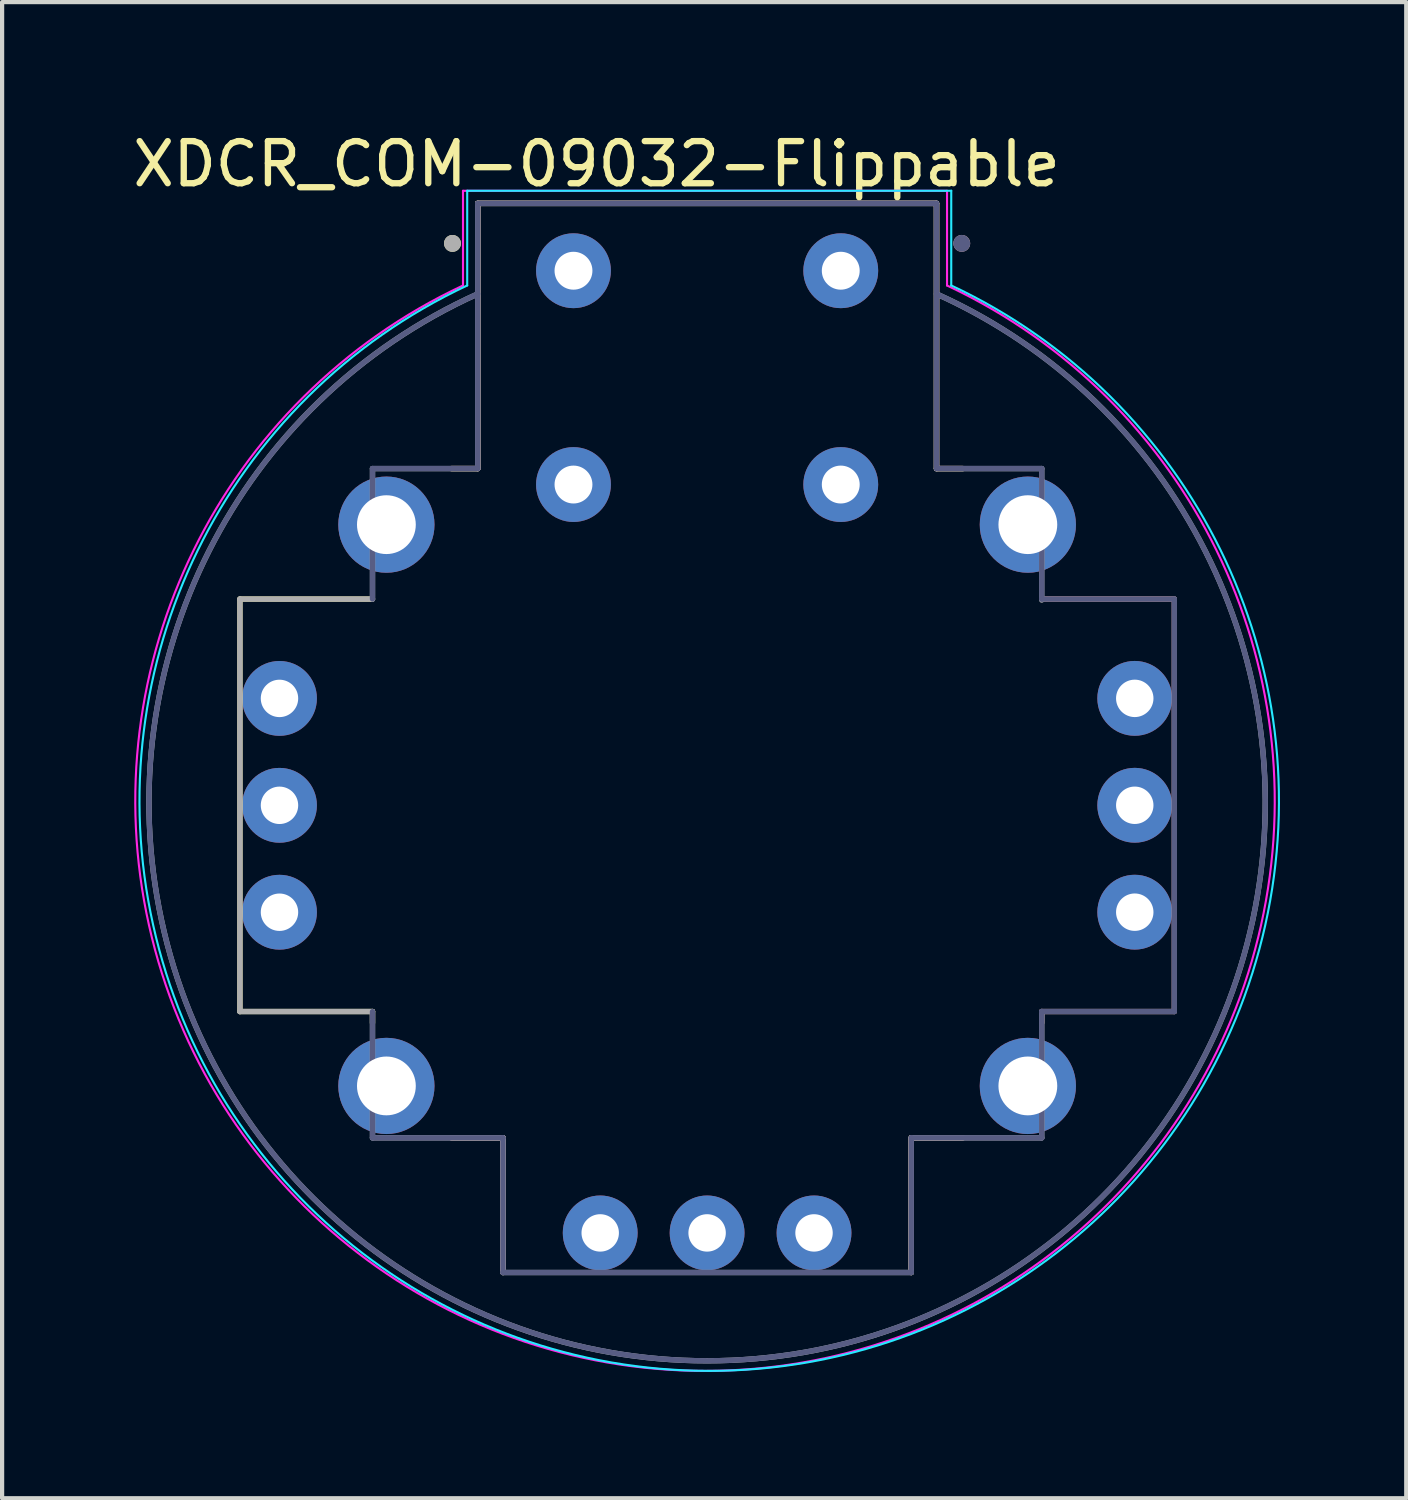
<source format=kicad_pcb>
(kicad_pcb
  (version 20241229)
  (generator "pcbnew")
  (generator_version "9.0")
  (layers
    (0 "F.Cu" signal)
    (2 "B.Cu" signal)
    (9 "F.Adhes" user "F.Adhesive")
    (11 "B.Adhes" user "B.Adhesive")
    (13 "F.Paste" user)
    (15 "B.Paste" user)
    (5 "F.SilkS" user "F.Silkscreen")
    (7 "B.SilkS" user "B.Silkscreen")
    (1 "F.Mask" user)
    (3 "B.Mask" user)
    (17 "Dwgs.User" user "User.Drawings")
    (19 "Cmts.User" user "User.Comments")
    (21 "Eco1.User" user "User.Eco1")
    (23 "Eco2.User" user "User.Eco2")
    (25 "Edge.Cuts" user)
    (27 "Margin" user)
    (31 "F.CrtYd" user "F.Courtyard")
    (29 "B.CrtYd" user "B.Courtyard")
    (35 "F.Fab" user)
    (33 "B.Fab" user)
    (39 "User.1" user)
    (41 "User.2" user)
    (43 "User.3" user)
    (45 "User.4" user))
  (footprint "XDCR_COM-09032-Flippable"
    (layer "F.Cu")
    (at 13.75 16.083)
    (property "Reference" "XDCR_COM-09032-Flippable" (at -2.625 -15.235 0) (layer "F.SilkS") (effects (font (size 1 1) (thickness 0.15))))
    (attr through_hole)
    (fp_line (start -11.1 -4.9) (end -7.95 -4.9) (stroke (width 0.127) (type solid)) (layer "F.SilkS"))
    (fp_line (start -11.1 4.9) (end -11.1 -4.9) (stroke (width 0.127) (type solid)) (layer "F.SilkS"))
    (fp_line (start -7.95 4.9) (end -11.1 4.9) (stroke (width 0.127) (type solid)) (layer "F.SilkS"))
    (fp_line (start -7.95 5.17) (end -7.95 4.9) (stroke (width 0.127) (type solid)) (layer "F.SilkS"))
    (fp_line (start -6.07 -8) (end -5.45 -8) (stroke (width 0.127) (type solid)) (layer "F.SilkS"))
    (fp_line (start -5.45 -14.3) (end 5.45 -14.3) (stroke (width 0.127) (type solid)) (layer "F.SilkS"))
    (fp_line (start -5.45 -8) (end -5.45 -14.3) (stroke (width 0.127) (type solid)) (layer "F.SilkS"))
    (fp_line (start -4.85 7.9) (end -6.07 7.9) (stroke (width 0.127) (type solid)) (layer "F.SilkS"))
    (fp_line (start -4.85 11.1) (end -4.85 7.9) (stroke (width 0.127) (type solid)) (layer "F.SilkS"))
    (fp_line (start 4.85 7.9) (end 4.85 11.1) (stroke (width 0.127) (type solid)) (layer "F.SilkS"))
    (fp_line (start 5.45 -14.3) (end 5.45 -8) (stroke (width 0.127) (type solid)) (layer "F.SilkS"))
    (fp_line (start 5.45 -8) (end 6.08 -8) (stroke (width 0.127) (type solid)) (layer "F.SilkS"))
    (fp_line (start 6.08 7.9) (end 4.85 7.9) (stroke (width 0.127) (type solid)) (layer "F.SilkS"))
    (fp_circle (center -6.05 -13.35) (end -5.95 -13.35) (stroke (width 0.2) (type solid)) (fill no) (layer "F.SilkS"))
    (fp_line (start -6.08 7.899) (end -4.85 7.899) (stroke (width 0.127) (type solid)) (layer "B.SilkS"))
    (fp_line (start -5.45 -14.301) (end -5.45 -8.001) (stroke (width 0.127) (type solid)) (layer "B.SilkS"))
    (fp_line (start -5.45 -8.001) (end -6.08 -8.001) (stroke (width 0.127) (type solid)) (layer "B.SilkS"))
    (fp_line (start -4.85 7.899) (end -4.85 11.099) (stroke (width 0.127) (type solid)) (layer "B.SilkS"))
    (fp_line (start 4.85 7.899) (end 6.07 7.899) (stroke (width 0.127) (type solid)) (layer "B.SilkS"))
    (fp_line (start 4.85 11.099) (end 4.85 7.899) (stroke (width 0.127) (type solid)) (layer "B.SilkS"))
    (fp_line (start 5.45 -14.301) (end -5.45 -14.301) (stroke (width 0.127) (type solid)) (layer "B.SilkS"))
    (fp_line (start 5.45 -8.001) (end 5.45 -14.301) (stroke (width 0.127) (type solid)) (layer "B.SilkS"))
    (fp_line (start 6.07 -8.001) (end 5.45 -8.001) (stroke (width 0.127) (type solid)) (layer "B.SilkS"))
    (fp_line (start 7.95 4.899) (end 11.1 4.899) (stroke (width 0.127) (type solid)) (layer "B.SilkS"))
    (fp_line (start 7.95 5.169) (end 7.95 4.899) (stroke (width 0.127) (type solid)) (layer "B.SilkS"))
    (fp_line (start 11.1 -4.901) (end 7.95 -4.901) (stroke (width 0.127) (type solid)) (layer "B.SilkS"))
    (fp_line (start 11.1 4.899) (end 11.1 -4.901) (stroke (width 0.127) (type solid)) (layer "B.SilkS"))
    (fp_circle (center 6.05 -13.351) (end 5.95 -13.351) (stroke (width 0.2) (type solid)) (fill no) (layer "B.SilkS"))
    (fp_line (start -5.7 -14.601) (end -5.7 -12.351) (stroke (width 0.05) (type solid)) (layer "B.CrtYd"))
    (fp_line (start 5.8 -14.601) (end -5.7 -14.601) (stroke (width 0.05) (type solid)) (layer "B.CrtYd"))
    (fp_line (start 5.8 -12.351) (end 5.8 -14.601) (stroke (width 0.05) (type solid)) (layer "B.CrtYd"))
    (fp_arc (start 5.7998 -12.3506) (mid 0.0498 13.436838) (end -5.7002 -12.3506) (stroke (width 0.05) (type solid)) (layer "B.CrtYd"))
    (fp_line (start -5.8 -14.6) (end 5.7 -14.6) (stroke (width 0.05) (type solid)) (layer "F.CrtYd"))
    (fp_line (start -5.8 -12.35) (end -5.8 -14.6) (stroke (width 0.05) (type solid)) (layer "F.CrtYd"))
    (fp_line (start 5.7 -14.6) (end 5.7 -12.35) (stroke (width 0.05) (type solid)) (layer "F.CrtYd"))
    (fp_arc (start 5.7 -12.35) (mid -0.05 13.437438) (end -5.8 -12.35) (stroke (width 0.05) (type solid)) (layer "F.CrtYd"))
    (fp_line (start -7.95 -8.001) (end -5.45 -8.001) (stroke (width 0.127) (type solid)) (layer "B.Fab"))
    (fp_line (start -7.95 -4.902) (end -7.95 -8.001) (stroke (width 0.127) (type solid)) (layer "B.Fab"))
    (fp_line (start -7.95 4.902) (end -7.95 7.899) (stroke (width 0.127) (type solid)) (layer "B.Fab"))
    (fp_line (start -5.45 -14.301) (end -5.45 -8.001) (stroke (width 0.127) (type solid)) (layer "B.Fab"))
    (fp_line (start -5.45 -14.301) (end 5.45 -14.301) (stroke (width 0.127) (type solid)) (layer "B.Fab"))
    (fp_line (start -4.85 7.899) (end -7.95 7.899) (stroke (width 0.127) (type solid)) (layer "B.Fab"))
    (fp_line (start -4.85 11.099) (end -4.85 7.899) (stroke (width 0.127) (type solid)) (layer "B.Fab"))
    (fp_line (start -4.85 11.099) (end 4.85 11.099) (stroke (width 0.127) (type solid)) (layer "B.Fab"))
    (fp_line (start 4.85 7.899) (end 7.95 7.899) (stroke (width 0.127) (type solid)) (layer "B.Fab"))
    (fp_line (start 4.85 11.099) (end 4.85 7.899) (stroke (width 0.127) (type solid)) (layer "B.Fab"))
    (fp_line (start 5.45 -14.301) (end 5.45 -8.001) (stroke (width 0.127) (type solid)) (layer "B.Fab"))
    (fp_line (start 5.45 -8.001) (end 7.95 -8.001) (stroke (width 0.127) (type solid)) (layer "B.Fab"))
    (fp_line (start 7.95 -4.901) (end 7.95 -8.001) (stroke (width 0.127) (type solid)) (layer "B.Fab"))
    (fp_line (start 7.95 -4.901) (end 11.1 -4.901) (stroke (width 0.127) (type solid)) (layer "B.Fab"))
    (fp_line (start 7.95 4.899) (end 7.95 7.899) (stroke (width 0.127) (type solid)) (layer "B.Fab"))
    (fp_line (start 7.95 4.899) (end 11.1 4.899) (stroke (width 0.127) (type solid)) (layer "B.Fab"))
    (fp_line (start 11.1 -4.901) (end 11.1 4.899) (stroke (width 0.127) (type solid)) (layer "B.Fab"))
    (fp_arc (start 5.4498 -12.1506) (mid -0.0002 13.196904) (end -5.4502 -12.1506) (stroke (width 0.127) (type solid)) (layer "B.Fab"))
    (fp_circle (center 6.05 -13.351) (end 5.95 -13.351) (stroke (width 0.2) (type solid)) (fill no) (layer "B.Fab"))
    (fp_line (start -11.1 -4.9) (end -11.1 4.9) (stroke (width 0.127) (type solid)) (layer "F.Fab"))
    (fp_line (start -7.95 -4.9) (end -11.1 -4.9) (stroke (width 0.127) (type solid)) (layer "F.Fab"))
    (fp_line (start -7.95 -4.9) (end -7.95 -8) (stroke (width 0.127) (type solid)) (layer "F.Fab"))
    (fp_line (start -7.95 4.9) (end -11.1 4.9) (stroke (width 0.127) (type solid)) (layer "F.Fab"))
    (fp_line (start -7.95 4.9) (end -7.95 7.9) (stroke (width 0.127) (type solid)) (layer "F.Fab"))
    (fp_line (start -5.45 -14.3) (end -5.45 -8) (stroke (width 0.127) (type solid)) (layer "F.Fab"))
    (fp_line (start -5.45 -8) (end -7.95 -8) (stroke (width 0.127) (type solid)) (layer "F.Fab"))
    (fp_line (start -4.85 7.9) (end -7.95 7.9) (stroke (width 0.127) (type solid)) (layer "F.Fab"))
    (fp_line (start -4.85 11.1) (end -4.85 7.9) (stroke (width 0.127) (type solid)) (layer "F.Fab"))
    (fp_line (start 4.85 7.9) (end 7.95 7.9) (stroke (width 0.127) (type solid)) (layer "F.Fab"))
    (fp_line (start 4.85 11.1) (end -4.85 11.1) (stroke (width 0.127) (type solid)) (layer "F.Fab"))
    (fp_line (start 4.85 11.1) (end 4.85 7.9) (stroke (width 0.127) (type solid)) (layer "F.Fab"))
    (fp_line (start 5.45 -14.3) (end -5.45 -14.3) (stroke (width 0.127) (type solid)) (layer "F.Fab"))
    (fp_line (start 5.45 -14.3) (end 5.45 -8) (stroke (width 0.127) (type solid)) (layer "F.Fab"))
    (fp_line (start 7.95 -8) (end 5.45 -8) (stroke (width 0.127) (type solid)) (layer "F.Fab"))
    (fp_line (start 7.95 -4.877) (end 7.95 -8) (stroke (width 0.127) (type solid)) (layer "F.Fab"))
    (fp_line (start 7.95 4.902) (end 7.95 7.9) (stroke (width 0.127) (type solid)) (layer "F.Fab"))
    (fp_arc (start 5.45 -12.15) (mid 0 13.197504) (end -5.45 -12.15) (stroke (width 0.127) (type solid)) (layer "F.Fab"))
    (fp_circle (center -6.05 -13.35) (end -5.95 -13.35) (stroke (width 0.2) (type solid)) (fill no) (layer "F.Fab"))
    (pad "B1A" thru_hole circle (at 3.175 -12.701) (size 1.778 1.778) (drill 0.9) (layers "*.Cu" "*.Mask"))
    (pad "B1B" thru_hole circle (at -3.175 -12.701) (size 1.778 1.778) (drill 0.9) (layers "*.Cu" "*.Mask"))
    (pad "B2A" thru_hole circle (at 3.175 -7.621) (size 1.778 1.778) (drill 0.9) (layers "*.Cu" "*.Mask"))
    (pad "B2B" thru_hole circle (at -3.175 -7.621) (size 1.778 1.778) (drill 0.9) (layers "*.Cu" "*.Mask"))
    (pad "H1" thru_hole circle (at 2.54 10.159) (size 1.778 1.778) (drill 0.889) (layers "*.Cu" "*.Mask"))
    (pad "H2" thru_hole circle (at -0.0002 10.159) (size 1.778 1.778) (drill 0.889) (layers "*.Cu" "*.Mask"))
    (pad "H3" thru_hole circle (at -2.54 10.159) (size 1.778 1.778) (drill 0.889) (layers "*.Cu" "*.Mask"))
    (pad "S1" thru_hole circle (at 7.62 -6.668) (size 2.286 2.286) (drill 1.397) (layers "*.Cu" "*.Mask"))
    (pad "S2" thru_hole circle (at 7.62 6.667) (size 2.286 2.286) (drill 1.397) (layers "*.Cu" "*.Mask"))
    (pad "S3" thru_hole circle (at -7.62 6.667) (size 2.286 2.286) (drill 1.397) (layers "*.Cu" "*.Mask"))
    (pad "S4" thru_hole circle (at -7.62 -6.668) (size 2.286 2.286) (drill 1.397) (layers "*.Cu" "*.Mask"))
    (pad "V1" thru_hole circle (at -10.16 -2.54) (size 1.778 1.778) (drill 0.889) (layers "*.Cu" "*.Mask"))
    (pad "V1" thru_hole circle (at 10.16 -2.541) (size 1.778 1.778) (drill 0.889) (layers "*.Cu" "*.Mask"))
    (pad "V2" thru_hole circle (at -10.16 0) (size 1.778 1.778) (drill 0.889) (layers "*.Cu" "*.Mask"))
    (pad "V2" thru_hole circle (at 10.16 -0.001) (size 1.778 1.778) (drill 0.889) (layers "*.Cu" "*.Mask"))
    (pad "V3" thru_hole circle (at -10.16 2.54) (size 1.778 1.778) (drill 0.889) (layers "*.Cu" "*.Mask"))
    (pad "V3" thru_hole circle (at 10.16 2.539) (size 1.778 1.778) (drill 0.889) (layers "*.Cu" "*.Mask")))
  (gr_rect
    (start -3 -3)
    (end 30.36 32.546)
    (stroke (width 0.1) (type default))
    (fill no)
    (layer "Edge.Cuts")))
</source>
